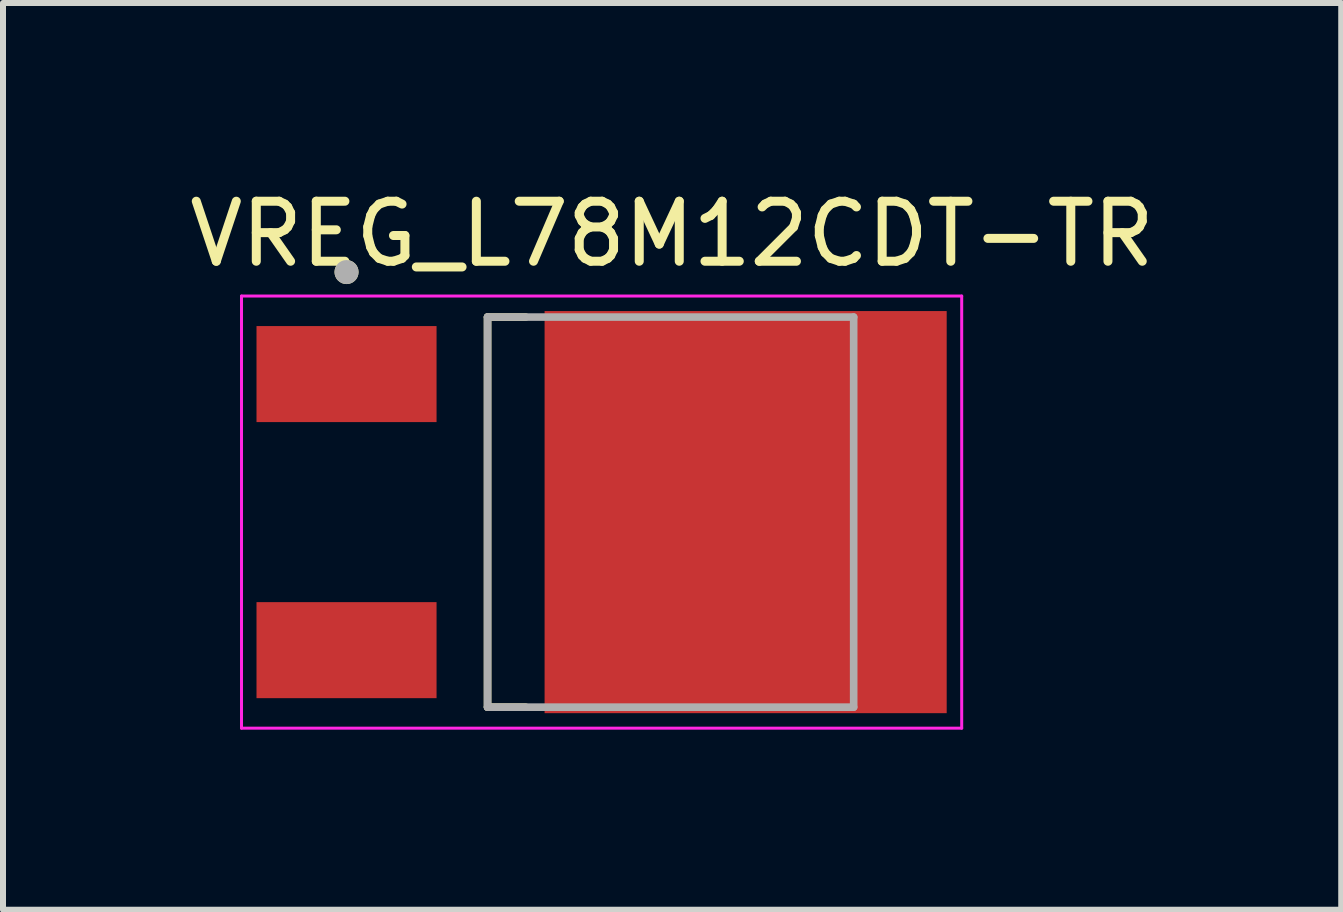
<source format=kicad_pcb>
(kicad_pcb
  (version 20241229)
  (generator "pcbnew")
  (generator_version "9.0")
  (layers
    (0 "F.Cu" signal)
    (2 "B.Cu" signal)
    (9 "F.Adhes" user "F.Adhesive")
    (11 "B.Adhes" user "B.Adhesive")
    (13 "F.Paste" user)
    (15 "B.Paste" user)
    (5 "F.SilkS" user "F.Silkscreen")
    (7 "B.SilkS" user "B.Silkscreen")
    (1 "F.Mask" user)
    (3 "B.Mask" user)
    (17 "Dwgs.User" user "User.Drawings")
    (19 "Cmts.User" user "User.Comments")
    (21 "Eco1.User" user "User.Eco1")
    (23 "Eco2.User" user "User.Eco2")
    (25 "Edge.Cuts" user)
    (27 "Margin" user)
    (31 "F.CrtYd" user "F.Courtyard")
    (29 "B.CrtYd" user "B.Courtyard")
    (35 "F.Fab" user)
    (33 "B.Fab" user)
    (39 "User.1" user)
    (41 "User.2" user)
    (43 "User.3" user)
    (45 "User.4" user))
  (footprint "VREG_L78M12CDT-TR"
    (layer "F.Cu")
    (at 6.974 5.483)
    (property "Reference" "VREG_L78M12CDT-TR" (at 1.175 -4.635 0) (layer "F.SilkS") (effects (font (size 1 1) (thickness 0.15))))
    (attr smd)
    (fp_line (start -1.9 -3.25) (end -1.9 3.25) (stroke (width 0.127) (type solid)) (layer "F.SilkS"))
    (fp_line (start -1.9 3.25) (end -1.264 3.25) (stroke (width 0.127) (type solid)) (layer "F.SilkS"))
    (fp_line (start -1.264 -3.25) (end -1.9 -3.25) (stroke (width 0.127) (type solid)) (layer "F.SilkS"))
    (fp_circle (center -4.25 -4) (end -4.15 -4) (stroke (width 0.2) (type solid)) (fill no) (layer "F.SilkS"))
    (fp_poly (pts (xy -0.62 -3.02) (xy 0.96 -3.02) (xy 0.96 -1.44) (xy -0.62 -1.44)) (stroke (width 0.01) (type solid)) (fill yes) (layer "F.Paste"))
    (fp_poly (pts (xy -0.62 -0.79) (xy 0.96 -0.79) (xy 0.96 0.79) (xy -0.62 0.79)) (stroke (width 0.01) (type solid)) (fill yes) (layer "F.Paste"))
    (fp_poly (pts (xy -0.62 1.44) (xy 0.96 1.44) (xy 0.96 3.02) (xy -0.62 3.02)) (stroke (width 0.01) (type solid)) (fill yes) (layer "F.Paste"))
    (fp_poly (pts (xy 1.61 -3.02) (xy 3.19 -3.02) (xy 3.19 -1.44) (xy 1.61 -1.44)) (stroke (width 0.01) (type solid)) (fill yes) (layer "F.Paste"))
    (fp_poly (pts (xy 1.61 -0.79) (xy 3.19 -0.79) (xy 3.19 0.79) (xy 1.61 0.79)) (stroke (width 0.01) (type solid)) (fill yes) (layer "F.Paste"))
    (fp_poly (pts (xy 1.61 1.44) (xy 3.19 1.44) (xy 3.19 3.02) (xy 1.61 3.02)) (stroke (width 0.01) (type solid)) (fill yes) (layer "F.Paste"))
    (fp_poly (pts (xy 3.84 -3.02) (xy 5.42 -3.02) (xy 5.42 -1.44) (xy 3.84 -1.44)) (stroke (width 0.01) (type solid)) (fill yes) (layer "F.Paste"))
    (fp_poly (pts (xy 3.84 -0.79) (xy 5.42 -0.79) (xy 5.42 0.79) (xy 3.84 0.79)) (stroke (width 0.01) (type solid)) (fill yes) (layer "F.Paste"))
    (fp_poly (pts (xy 3.84 1.44) (xy 5.42 1.44) (xy 5.42 3.02) (xy 3.84 3.02)) (stroke (width 0.01) (type solid)) (fill yes) (layer "F.Paste"))
    (fp_line (start -6 -3.6) (end -6 3.6) (stroke (width 0.05) (type solid)) (layer "F.CrtYd"))
    (fp_line (start -6 3.6) (end 6 3.6) (stroke (width 0.05) (type solid)) (layer "F.CrtYd"))
    (fp_line (start 6 -3.6) (end -6 -3.6) (stroke (width 0.05) (type solid)) (layer "F.CrtYd"))
    (fp_line (start 6 3.6) (end 6 -3.6) (stroke (width 0.05) (type solid)) (layer "F.CrtYd"))
    (fp_line (start -1.9 -3.25) (end 4.2 -3.25) (stroke (width 0.127) (type solid)) (layer "F.Fab"))
    (fp_line (start -1.9 3.25) (end -1.9 -3.25) (stroke (width 0.127) (type solid)) (layer "F.Fab"))
    (fp_line (start 4.2 -3.25) (end 4.2 3.25) (stroke (width 0.127) (type solid)) (layer "F.Fab"))
    (fp_line (start 4.2 3.25) (end -1.9 3.25) (stroke (width 0.127) (type solid)) (layer "F.Fab"))
    (fp_circle (center -4.25 -4) (end -4.15 -4) (stroke (width 0.2) (type solid)) (fill no) (layer "F.Fab"))
    (pad "1" smd rect (at -4.25 -2.3) (size 3 1.6) (layers "F.Cu" "F.Mask" "F.Paste"))
    (pad "2" smd rect (at 2.4 0) (size 6.7 6.7) (layers "F.Cu" "F.Mask"))
    (pad "3" smd rect (at -4.25 2.3) (size 3 1.6) (layers "F.Cu" "F.Mask" "F.Paste")))
  (gr_rect
    (start -3 -3)
    (end 19.298 12.108)
    (stroke (width 0.1) (type default))
    (fill no)
    (layer "Edge.Cuts")))
</source>
